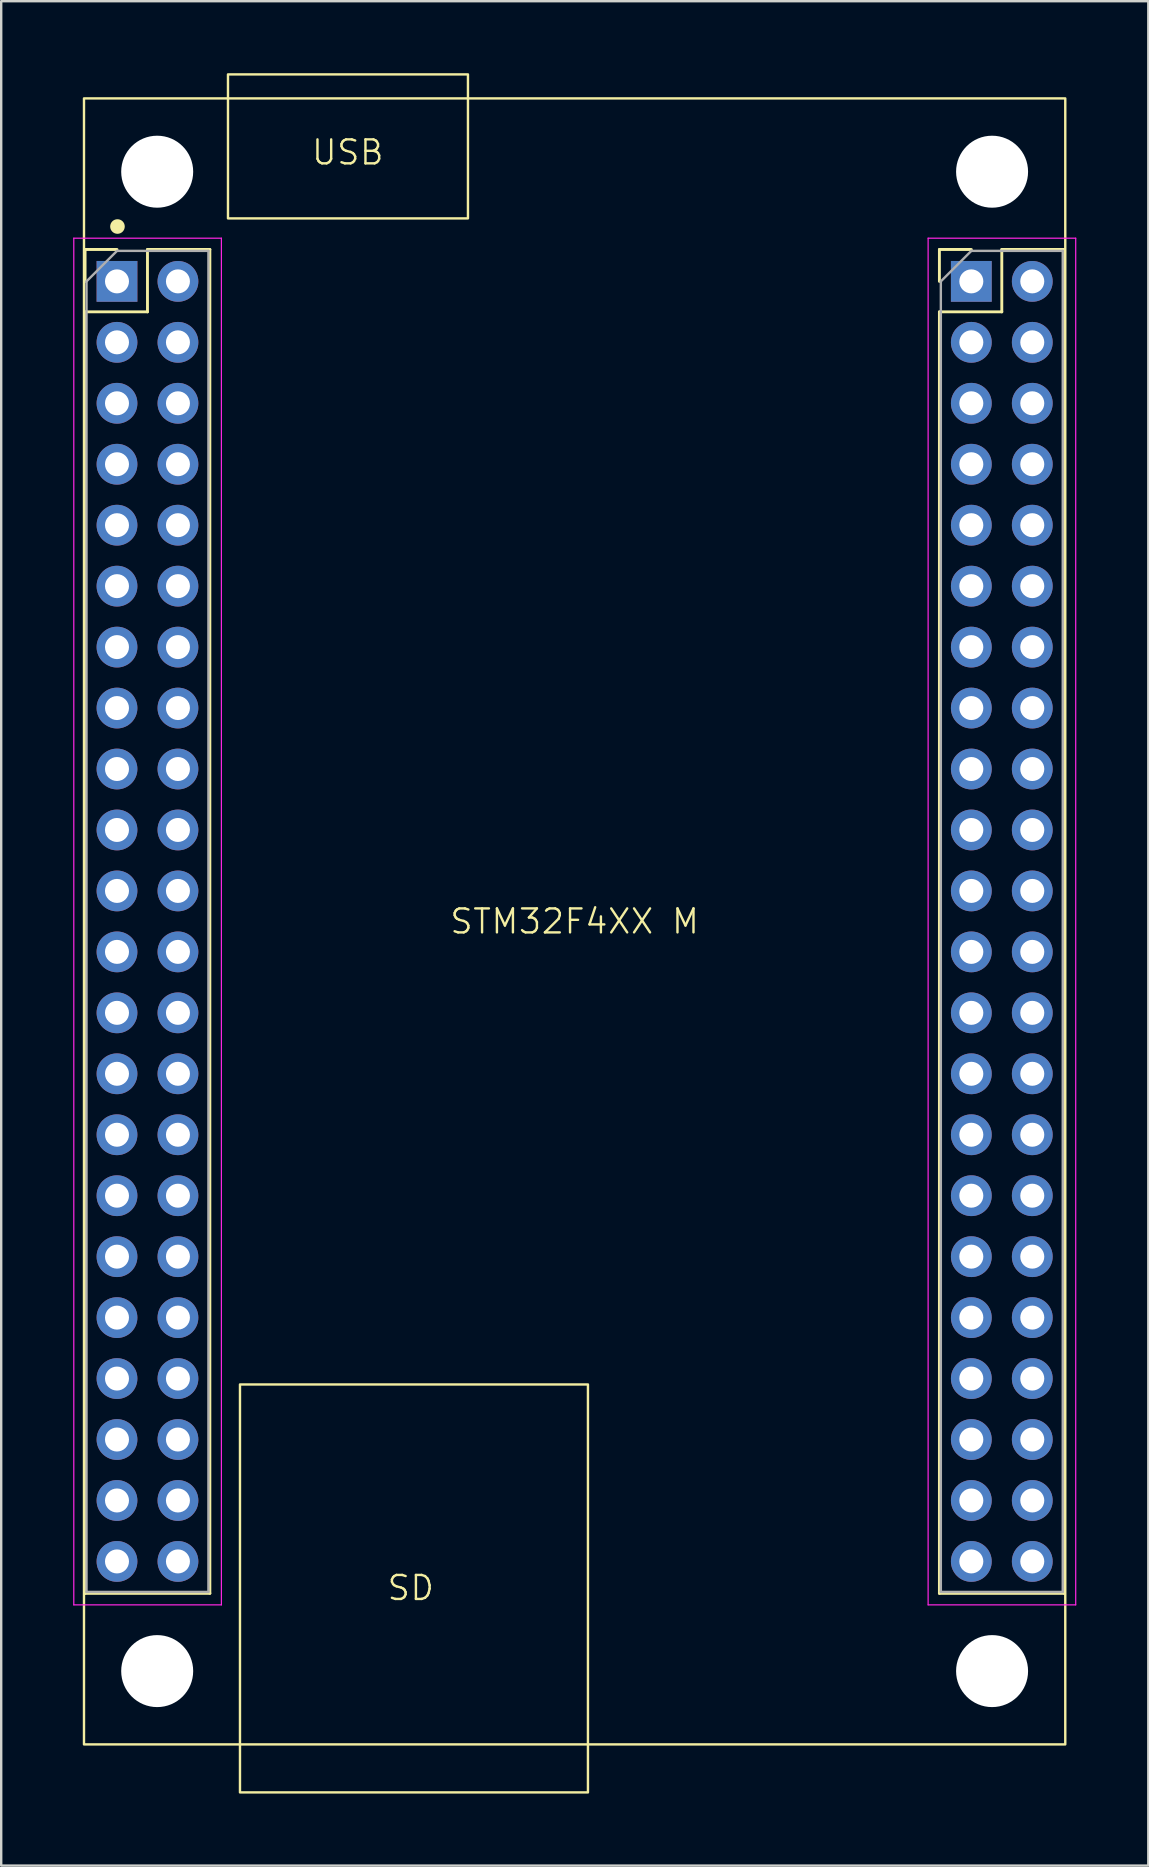
<source format=kicad_pcb>
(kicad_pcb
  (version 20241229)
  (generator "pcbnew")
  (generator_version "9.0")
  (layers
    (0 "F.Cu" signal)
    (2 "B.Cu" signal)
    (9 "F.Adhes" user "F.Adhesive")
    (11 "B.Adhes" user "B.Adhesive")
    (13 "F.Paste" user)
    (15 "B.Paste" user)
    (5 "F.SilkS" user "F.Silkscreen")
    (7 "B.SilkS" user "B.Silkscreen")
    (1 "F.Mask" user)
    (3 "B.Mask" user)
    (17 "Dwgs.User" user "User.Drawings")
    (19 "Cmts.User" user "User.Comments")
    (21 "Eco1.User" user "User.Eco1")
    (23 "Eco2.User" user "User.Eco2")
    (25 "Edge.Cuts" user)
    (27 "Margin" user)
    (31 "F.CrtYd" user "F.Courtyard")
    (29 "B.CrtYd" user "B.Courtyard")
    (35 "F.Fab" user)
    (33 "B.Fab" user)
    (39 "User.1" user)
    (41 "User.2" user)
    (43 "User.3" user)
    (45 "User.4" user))
  (footprint "STM32F4XX M"
    (layer "F.Cu")
    (at 20.895 35.345)
    (property "Reference" "STM32F4XX M" (at 0 0 0) (unlocked yes) (layer "F.SilkS") (effects (font (size 1 1) (thickness 0.1))))
    (attr through_hole)
    (fp_line (start -20.4 -28) (end -19.07 -28) (stroke (width 0.12) (type solid)) (layer "F.SilkS"))
    (fp_line (start -20.4 -26.67) (end -20.4 -28) (stroke (width 0.12) (type solid)) (layer "F.SilkS"))
    (fp_line (start -20.4 -25.4) (end -20.4 28) (stroke (width 0.12) (type solid)) (layer "F.SilkS"))
    (fp_line (start -20.4 -25.4) (end -17.8 -25.4) (stroke (width 0.12) (type solid)) (layer "F.SilkS"))
    (fp_line (start -20.4 28) (end -15.2 28) (stroke (width 0.12) (type solid)) (layer "F.SilkS"))
    (fp_line (start -17.8 -28) (end -15.2 -28) (stroke (width 0.12) (type solid)) (layer "F.SilkS"))
    (fp_line (start -17.8 -25.4) (end -17.8 -28) (stroke (width 0.12) (type solid)) (layer "F.SilkS"))
    (fp_line (start -15.2 -28) (end -15.2 28) (stroke (width 0.12) (type solid)) (layer "F.SilkS"))
    (fp_line (start 15.2 -28) (end 16.53 -28) (stroke (width 0.12) (type solid)) (layer "F.SilkS"))
    (fp_line (start 15.2 -26.67) (end 15.2 -28) (stroke (width 0.12) (type solid)) (layer "F.SilkS"))
    (fp_line (start 15.2 -25.4) (end 15.2 28) (stroke (width 0.12) (type solid)) (layer "F.SilkS"))
    (fp_line (start 15.2 -25.4) (end 17.8 -25.4) (stroke (width 0.12) (type solid)) (layer "F.SilkS"))
    (fp_line (start 15.2 28) (end 20.4 28) (stroke (width 0.12) (type solid)) (layer "F.SilkS"))
    (fp_line (start 17.8 -28) (end 20.4 -28) (stroke (width 0.12) (type solid)) (layer "F.SilkS"))
    (fp_line (start 17.8 -25.4) (end 17.8 -28) (stroke (width 0.12) (type solid)) (layer "F.SilkS"))
    (fp_line (start 20.4 -28) (end 20.4 28) (stroke (width 0.12) (type solid)) (layer "F.SilkS"))
    (fp_rect (start -20.445 -34.295) (end 20.445 34.295) (stroke (width 0.1) (type default)) (fill no) (layer "F.SilkS"))
    (fp_rect (start -14.445 -35.295) (end -4.445 -29.295) (stroke (width 0.1) (type default)) (fill no) (layer "F.SilkS"))
    (fp_rect (start -13.945 19.295) (end 0.555 36.295) (stroke (width 0.1) (type default)) (fill no) (layer "F.SilkS"))
    (fp_circle (center -19.05 -28.956) (end -18.796 -28.956) (stroke (width 0.1) (type solid)) (fill yes) (layer "F.SilkS"))
    (fp_line (start -20.87 -28.47) (end -20.87 28.48) (stroke (width 0.05) (type solid)) (layer "F.CrtYd"))
    (fp_line (start -20.87 28.48) (end -14.72 28.48) (stroke (width 0.05) (type solid)) (layer "F.CrtYd"))
    (fp_line (start -14.72 -28.47) (end -20.87 -28.47) (stroke (width 0.05) (type solid)) (layer "F.CrtYd"))
    (fp_line (start -14.72 28.48) (end -14.72 -28.47) (stroke (width 0.05) (type solid)) (layer "F.CrtYd"))
    (fp_line (start 14.73 -28.47) (end 14.73 28.48) (stroke (width 0.05) (type solid)) (layer "F.CrtYd"))
    (fp_line (start 14.73 28.48) (end 20.88 28.48) (stroke (width 0.05) (type solid)) (layer "F.CrtYd"))
    (fp_line (start 20.88 -28.47) (end 14.73 -28.47) (stroke (width 0.05) (type solid)) (layer "F.CrtYd"))
    (fp_line (start 20.88 28.48) (end 20.88 -28.47) (stroke (width 0.05) (type solid)) (layer "F.CrtYd"))
    (fp_line (start -20.34 -26.67) (end -19.07 -27.94) (stroke (width 0.1) (type solid)) (layer "F.Fab"))
    (fp_line (start -20.34 27.94) (end -20.34 -26.67) (stroke (width 0.1) (type solid)) (layer "F.Fab"))
    (fp_line (start -19.07 -27.94) (end -15.26 -27.94) (stroke (width 0.1) (type solid)) (layer "F.Fab"))
    (fp_line (start -15.26 -27.94) (end -15.26 27.94) (stroke (width 0.1) (type solid)) (layer "F.Fab"))
    (fp_line (start -15.26 27.94) (end -20.34 27.94) (stroke (width 0.1) (type solid)) (layer "F.Fab"))
    (fp_line (start 15.26 -26.67) (end 16.53 -27.94) (stroke (width 0.1) (type solid)) (layer "F.Fab"))
    (fp_line (start 15.26 27.94) (end 15.26 -26.67) (stroke (width 0.1) (type solid)) (layer "F.Fab"))
    (fp_line (start 16.53 -27.94) (end 20.34 -27.94) (stroke (width 0.1) (type solid)) (layer "F.Fab"))
    (fp_line (start 20.34 -27.94) (end 20.34 27.94) (stroke (width 0.1) (type solid)) (layer "F.Fab"))
    (fp_line (start 20.34 27.94) (end 15.26 27.94) (stroke (width 0.1) (type solid)) (layer "F.Fab"))
    (fp_text user "USB" (at -11.02 -31.46 0) (unlocked yes) (layer "F.SilkS") (effects (font (size 1 1) (thickness 0.1)) (justify left bottom)))
    (fp_text user "SD" (at -7.87 28.36 0) (unlocked yes) (layer "F.SilkS") (effects (font (size 1 1) (thickness 0.1)) (justify left bottom)))
    (pad "" np_thru_hole circle (at -17.395 -31.24) (size 3 3) (drill 3) (layers "*.Cu" "*.Mask"))
    (pad "" np_thru_hole circle (at -17.395 31.24) (size 3 3) (drill 3) (layers "*.Cu" "*.Mask"))
    (pad "" np_thru_hole circle (at 17.395 -31.24) (size 3 3) (drill 3) (layers "*.Cu" "*.Mask"))
    (pad "" np_thru_hole circle (at 17.395 31.24) (size 3 3) (drill 3) (layers "*.Cu" "*.Mask"))
    (pad "1" thru_hole rect (at -19.07 -26.67) (size 1.7 1.7) (drill 1) (layers "*.Cu" "*.Mask"))
    (pad "1" thru_hole oval (at -16.53 -26.67) (size 1.7 1.7) (drill 1) (layers "*.Cu" "*.Mask"))
    (pad "2" thru_hole oval (at -19.07 -24.13) (size 1.7 1.7) (drill 1) (layers "*.Cu" "*.Mask"))
    (pad "2" thru_hole oval (at -16.53 -24.13) (size 1.7 1.7) (drill 1) (layers "*.Cu" "*.Mask"))
    (pad "2" thru_hole rect (at 16.53 -26.67) (size 1.7 1.7) (drill 1) (layers "*.Cu" "*.Mask"))
    (pad "2" thru_hole oval (at 19.07 -26.67) (size 1.7 1.7) (drill 1) (layers "*.Cu" "*.Mask"))
    (pad "3" thru_hole oval (at -19.07 -21.59) (size 1.7 1.7) (drill 1) (layers "*.Cu" "*.Mask"))
    (pad "3" thru_hole oval (at -16.53 -21.59) (size 1.7 1.7) (drill 1) (layers "*.Cu" "*.Mask"))
    (pad "3" thru_hole oval (at 16.53 -24.13) (size 1.7 1.7) (drill 1) (layers "*.Cu" "*.Mask"))
    (pad "3" thru_hole oval (at 16.53 -21.59) (size 1.7 1.7) (drill 1) (layers "*.Cu" "*.Mask"))
    (pad "3" thru_hole oval (at 19.07 -24.13) (size 1.7 1.7) (drill 1) (layers "*.Cu" "*.Mask"))
    (pad "3" thru_hole oval (at 19.07 -21.59) (size 1.7 1.7) (drill 1) (layers "*.Cu" "*.Mask"))
    (pad "4" thru_hole oval (at -19.07 -19.05) (size 1.7 1.7) (drill 1) (layers "*.Cu" "*.Mask"))
    (pad "5" thru_hole oval (at -16.53 -19.05) (size 1.7 1.7) (drill 1) (layers "*.Cu" "*.Mask"))
    (pad "6" thru_hole oval (at -19.07 -16.51) (size 1.7 1.7) (drill 1) (layers "*.Cu" "*.Mask"))
    (pad "7" thru_hole oval (at -16.53 -16.51) (size 1.7 1.7) (drill 1) (layers "*.Cu" "*.Mask"))
    (pad "8" thru_hole oval (at -19.07 -13.97) (size 1.7 1.7) (drill 1) (layers "*.Cu" "*.Mask"))
    (pad "9" thru_hole oval (at -16.53 -13.97) (size 1.7 1.7) (drill 1) (layers "*.Cu" "*.Mask"))
    (pad "10" thru_hole oval (at -19.07 -11.43) (size 1.7 1.7) (drill 1) (layers "*.Cu" "*.Mask"))
    (pad "11" thru_hole oval (at -16.53 -11.43) (size 1.7 1.7) (drill 1) (layers "*.Cu" "*.Mask"))
    (pad "12" thru_hole oval (at -19.07 -8.89) (size 1.7 1.7) (drill 1) (layers "*.Cu" "*.Mask"))
    (pad "13" thru_hole oval (at -16.53 -8.89) (size 1.7 1.7) (drill 1) (layers "*.Cu" "*.Mask"))
    (pad "14" thru_hole oval (at -19.07 -6.35) (size 1.7 1.7) (drill 1) (layers "*.Cu" "*.Mask"))
    (pad "15" thru_hole oval (at -16.53 -6.35) (size 1.7 1.7) (drill 1) (layers "*.Cu" "*.Mask"))
    (pad "16" thru_hole oval (at -19.07 -3.81) (size 1.7 1.7) (drill 1) (layers "*.Cu" "*.Mask"))
    (pad "17" thru_hole oval (at -16.53 -3.81) (size 1.7 1.7) (drill 1) (layers "*.Cu" "*.Mask"))
    (pad "18" thru_hole oval (at -19.07 -1.27) (size 1.7 1.7) (drill 1) (layers "*.Cu" "*.Mask"))
    (pad "19" thru_hole oval (at -16.53 -1.27) (size 1.7 1.7) (drill 1) (layers "*.Cu" "*.Mask"))
    (pad "20" thru_hole oval (at -19.07 1.27) (size 1.7 1.7) (drill 1) (layers "*.Cu" "*.Mask"))
    (pad "21" thru_hole oval (at -16.53 1.27) (size 1.7 1.7) (drill 1) (layers "*.Cu" "*.Mask"))
    (pad "22" thru_hole oval (at -19.07 3.81) (size 1.7 1.7) (drill 1) (layers "*.Cu" "*.Mask"))
    (pad "23" thru_hole oval (at -16.53 3.81) (size 1.7 1.7) (drill 1) (layers "*.Cu" "*.Mask"))
    (pad "24" thru_hole oval (at -19.07 6.35) (size 1.7 1.7) (drill 1) (layers "*.Cu" "*.Mask"))
    (pad "25" thru_hole oval (at -16.53 6.35) (size 1.7 1.7) (drill 1) (layers "*.Cu" "*.Mask"))
    (pad "26" thru_hole oval (at -19.07 8.89) (size 1.7 1.7) (drill 1) (layers "*.Cu" "*.Mask"))
    (pad "27" thru_hole oval (at -16.53 8.89) (size 1.7 1.7) (drill 1) (layers "*.Cu" "*.Mask"))
    (pad "28" thru_hole oval (at -19.07 11.43) (size 1.7 1.7) (drill 1) (layers "*.Cu" "*.Mask"))
    (pad "29" thru_hole oval (at -16.53 11.43) (size 1.7 1.7) (drill 1) (layers "*.Cu" "*.Mask"))
    (pad "30" thru_hole oval (at -19.07 13.97) (size 1.7 1.7) (drill 1) (layers "*.Cu" "*.Mask"))
    (pad "31" thru_hole oval (at -16.53 13.97) (size 1.7 1.7) (drill 1) (layers "*.Cu" "*.Mask"))
    (pad "32" thru_hole oval (at -19.07 16.51) (size 1.7 1.7) (drill 1) (layers "*.Cu" "*.Mask"))
    (pad "33" thru_hole oval (at -16.53 16.51) (size 1.7 1.7) (drill 1) (layers "*.Cu" "*.Mask"))
    (pad "34" thru_hole oval (at -19.07 19.05) (size 1.7 1.7) (drill 1) (layers "*.Cu" "*.Mask"))
    (pad "35" thru_hole oval (at -16.53 19.05) (size 1.7 1.7) (drill 1) (layers "*.Cu" "*.Mask"))
    (pad "36" thru_hole oval (at -19.07 21.59) (size 1.7 1.7) (drill 1) (layers "*.Cu" "*.Mask"))
    (pad "37" thru_hole oval (at -16.53 21.59) (size 1.7 1.7) (drill 1) (layers "*.Cu" "*.Mask"))
    (pad "38" thru_hole oval (at -19.07 24.13) (size 1.7 1.7) (drill 1) (layers "*.Cu" "*.Mask"))
    (pad "39" thru_hole oval (at -16.53 24.13) (size 1.7 1.7) (drill 1) (layers "*.Cu" "*.Mask"))
    (pad "40" thru_hole oval (at -19.07 26.67) (size 1.7 1.7) (drill 1) (layers "*.Cu" "*.Mask"))
    (pad "41" thru_hole oval (at -16.53 26.67) (size 1.7 1.7) (drill 1) (layers "*.Cu" "*.Mask"))
    (pad "42" thru_hole oval (at 16.53 -19.05) (size 1.7 1.7) (drill 1) (layers "*.Cu" "*.Mask"))
    (pad "43" thru_hole oval (at 19.07 -19.05) (size 1.7 1.7) (drill 1) (layers "*.Cu" "*.Mask"))
    (pad "44" thru_hole oval (at 16.53 -16.51) (size 1.7 1.7) (drill 1) (layers "*.Cu" "*.Mask"))
    (pad "45" thru_hole oval (at 19.07 -16.51) (size 1.7 1.7) (drill 1) (layers "*.Cu" "*.Mask"))
    (pad "46" thru_hole oval (at 16.53 -13.97) (size 1.7 1.7) (drill 1) (layers "*.Cu" "*.Mask"))
    (pad "47" thru_hole oval (at 19.07 -13.97) (size 1.7 1.7) (drill 1) (layers "*.Cu" "*.Mask"))
    (pad "48" thru_hole oval (at 16.53 -11.43) (size 1.7 1.7) (drill 1) (layers "*.Cu" "*.Mask"))
    (pad "49" thru_hole oval (at 19.07 -11.43) (size 1.7 1.7) (drill 1) (layers "*.Cu" "*.Mask"))
    (pad "50" thru_hole oval (at 16.53 -8.89) (size 1.7 1.7) (drill 1) (layers "*.Cu" "*.Mask"))
    (pad "51" thru_hole oval (at 19.07 -8.89) (size 1.7 1.7) (drill 1) (layers "*.Cu" "*.Mask"))
    (pad "52" thru_hole oval (at 16.53 -6.35) (size 1.7 1.7) (drill 1) (layers "*.Cu" "*.Mask"))
    (pad "53" thru_hole oval (at 19.07 -6.35) (size 1.7 1.7) (drill 1) (layers "*.Cu" "*.Mask"))
    (pad "54" thru_hole oval (at 16.53 -3.81) (size 1.7 1.7) (drill 1) (layers "*.Cu" "*.Mask"))
    (pad "55" thru_hole oval (at 19.07 -3.81) (size 1.7 1.7) (drill 1) (layers "*.Cu" "*.Mask"))
    (pad "56" thru_hole oval (at 16.53 -1.27) (size 1.7 1.7) (drill 1) (layers "*.Cu" "*.Mask"))
    (pad "57" thru_hole oval (at 19.07 -1.27) (size 1.7 1.7) (drill 1) (layers "*.Cu" "*.Mask"))
    (pad "58" thru_hole oval (at 16.53 1.27) (size 1.7 1.7) (drill 1) (layers "*.Cu" "*.Mask"))
    (pad "59" thru_hole oval (at 19.07 1.27) (size 1.7 1.7) (drill 1) (layers "*.Cu" "*.Mask"))
    (pad "60" thru_hole oval (at 16.53 3.81) (size 1.7 1.7) (drill 1) (layers "*.Cu" "*.Mask"))
    (pad "61" thru_hole oval (at 19.07 3.81) (size 1.7 1.7) (drill 1) (layers "*.Cu" "*.Mask"))
    (pad "62" thru_hole oval (at 16.53 6.35) (size 1.7 1.7) (drill 1) (layers "*.Cu" "*.Mask"))
    (pad "63" thru_hole oval (at 19.07 6.35) (size 1.7 1.7) (drill 1) (layers "*.Cu" "*.Mask"))
    (pad "64" thru_hole oval (at 16.53 8.89) (size 1.7 1.7) (drill 1) (layers "*.Cu" "*.Mask"))
    (pad "65" thru_hole oval (at 19.07 8.89) (size 1.7 1.7) (drill 1) (layers "*.Cu" "*.Mask"))
    (pad "66" thru_hole oval (at 16.53 11.43) (size 1.7 1.7) (drill 1) (layers "*.Cu" "*.Mask"))
    (pad "67" thru_hole oval (at 19.07 11.43) (size 1.7 1.7) (drill 1) (layers "*.Cu" "*.Mask"))
    (pad "68" thru_hole oval (at 16.53 13.97) (size 1.7 1.7) (drill 1) (layers "*.Cu" "*.Mask"))
    (pad "69" thru_hole oval (at 19.07 13.97) (size 1.7 1.7) (drill 1) (layers "*.Cu" "*.Mask"))
    (pad "70" thru_hole oval (at 16.53 16.51) (size 1.7 1.7) (drill 1) (layers "*.Cu" "*.Mask"))
    (pad "71" thru_hole oval (at 19.07 16.51) (size 1.7 1.7) (drill 1) (layers "*.Cu" "*.Mask"))
    (pad "72" thru_hole oval (at 16.53 19.05) (size 1.7 1.7) (drill 1) (layers "*.Cu" "*.Mask"))
    (pad "73" thru_hole oval (at 19.07 19.05) (size 1.7 1.7) (drill 1) (layers "*.Cu" "*.Mask"))
    (pad "74" thru_hole oval (at 16.53 21.59) (size 1.7 1.7) (drill 1) (layers "*.Cu" "*.Mask"))
    (pad "75" thru_hole oval (at 19.07 21.59) (size 1.7 1.7) (drill 1) (layers "*.Cu" "*.Mask"))
    (pad "76" thru_hole oval (at 16.53 24.13) (size 1.7 1.7) (drill 1) (layers "*.Cu" "*.Mask"))
    (pad "77" thru_hole oval (at 19.07 24.13) (size 1.7 1.7) (drill 1) (layers "*.Cu" "*.Mask"))
    (pad "78" thru_hole oval (at 16.53 26.67) (size 1.7 1.7) (drill 1) (layers "*.Cu" "*.Mask"))
    (pad "79" thru_hole oval (at 19.07 26.67) (size 1.7 1.7) (drill 1) (layers "*.Cu" "*.Mask")))
  (gr_rect
    (start -3 -3)
    (end 44.8 74.69)
    (stroke (width 0.1) (type default))
    (fill no)
    (layer "Edge.Cuts")))
</source>
